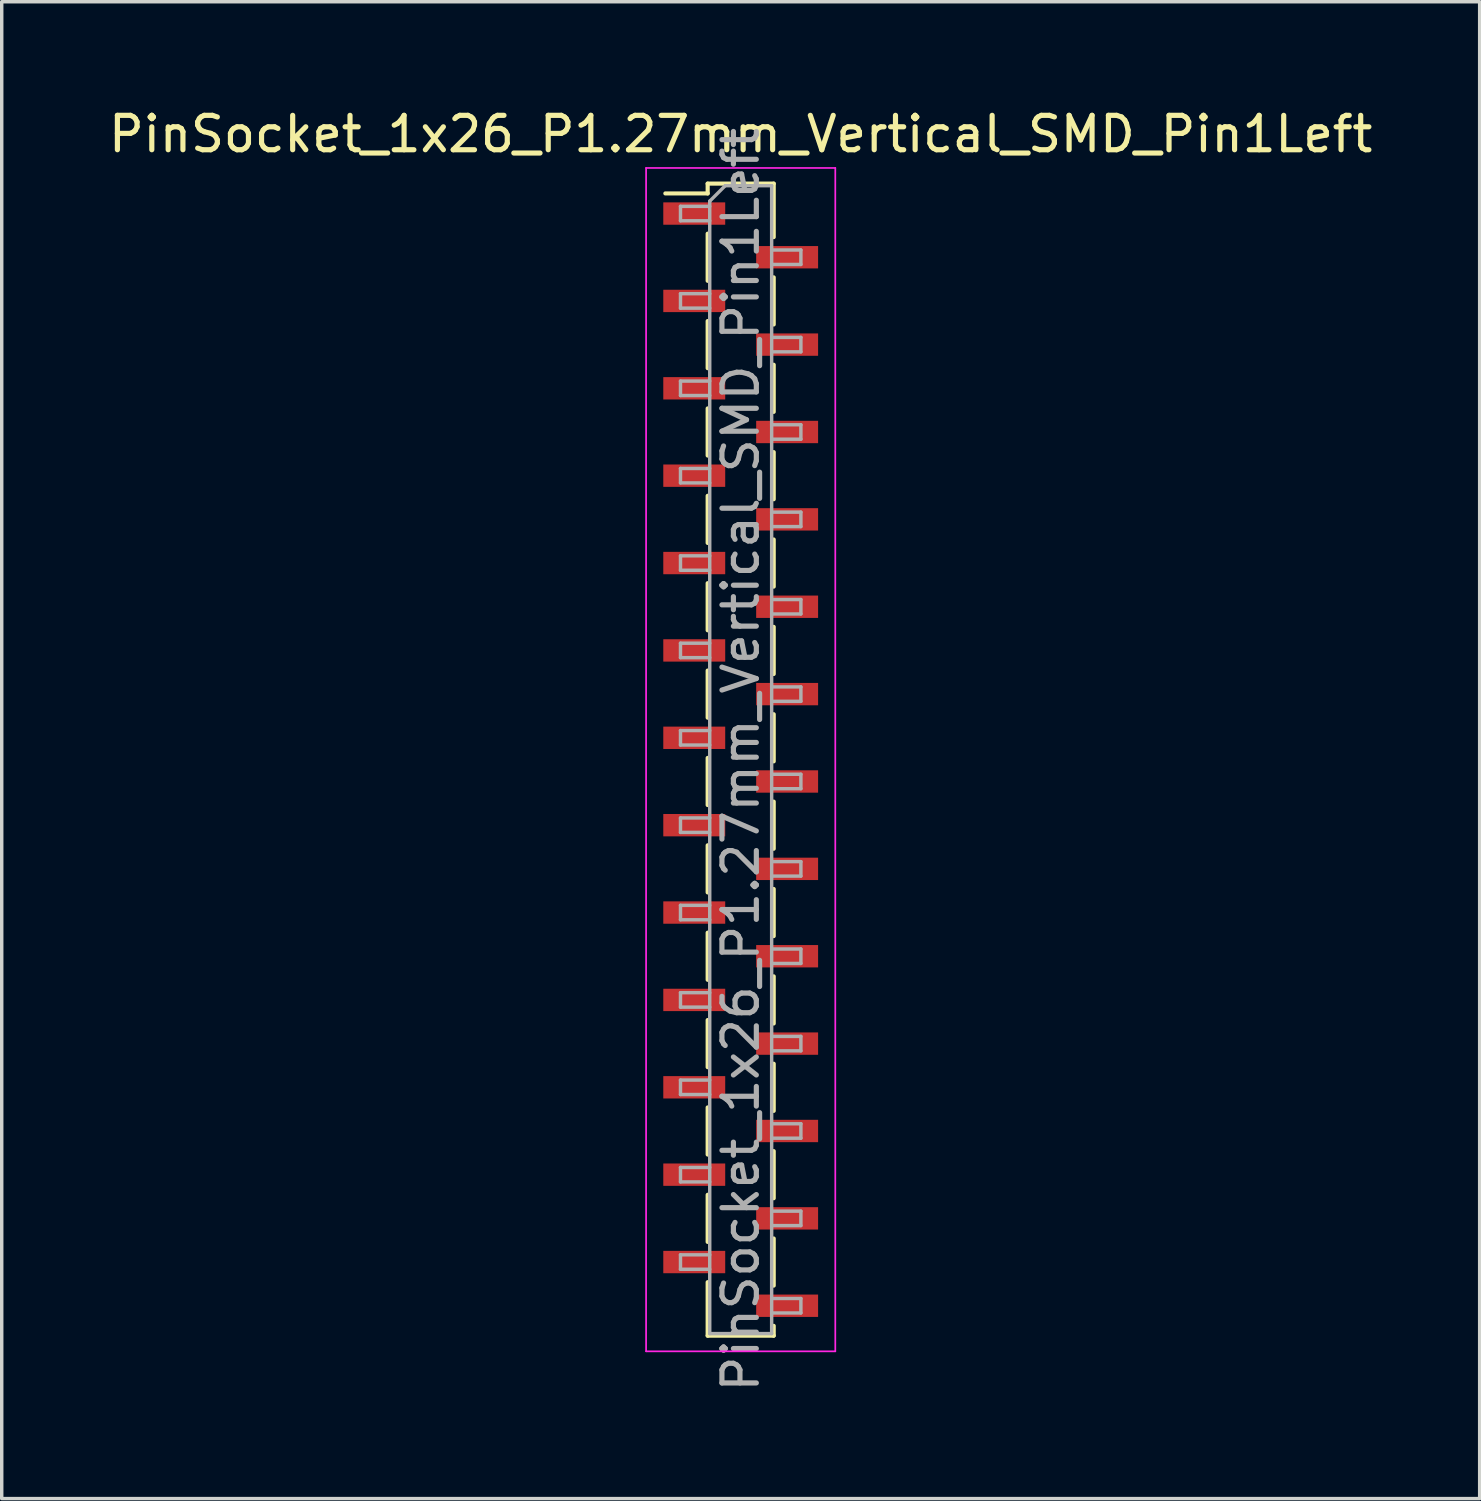
<source format=kicad_pcb>
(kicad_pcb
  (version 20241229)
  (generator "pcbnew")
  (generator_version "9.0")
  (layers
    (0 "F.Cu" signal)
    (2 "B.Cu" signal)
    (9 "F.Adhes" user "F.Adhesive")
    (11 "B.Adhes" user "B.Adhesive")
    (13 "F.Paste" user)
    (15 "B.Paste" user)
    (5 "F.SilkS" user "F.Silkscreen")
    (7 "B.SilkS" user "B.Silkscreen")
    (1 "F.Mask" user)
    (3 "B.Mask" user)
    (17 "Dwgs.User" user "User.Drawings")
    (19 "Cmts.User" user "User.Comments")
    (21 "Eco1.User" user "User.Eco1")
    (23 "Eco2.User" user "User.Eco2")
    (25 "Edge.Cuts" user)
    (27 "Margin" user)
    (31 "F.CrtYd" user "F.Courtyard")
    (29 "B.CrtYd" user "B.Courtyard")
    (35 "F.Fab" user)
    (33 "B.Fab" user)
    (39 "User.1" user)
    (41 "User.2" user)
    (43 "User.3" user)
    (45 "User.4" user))
  (footprint "PinSocket_1x26_P1.27mm_Vertical_SMD_Pin1Left"
    (layer "F.Cu")
    (at 18.482 19.033)
    (property "Reference" "PinSocket_1x26_P1.27mm_Vertical_SMD_Pin1Left" (at 0 -18.185 0) (layer "F.SilkS") (effects (font (size 1 1) (thickness 0.15))))
    (attr smd)
    (fp_line (start -2.19 -16.46) (end -0.96 -16.46) (stroke (width 0.12) (type solid)) (layer "F.SilkS"))
    (fp_line (start -0.96 -16.745) (end -0.96 -16.46) (stroke (width 0.12) (type solid)) (layer "F.SilkS"))
    (fp_line (start -0.96 -16.745) (end 0.96 -16.745) (stroke (width 0.12) (type solid)) (layer "F.SilkS"))
    (fp_line (start -0.96 -15.29) (end -0.96 -13.92) (stroke (width 0.12) (type solid)) (layer "F.SilkS"))
    (fp_line (start -0.96 -12.75) (end -0.96 -11.38) (stroke (width 0.12) (type solid)) (layer "F.SilkS"))
    (fp_line (start -0.96 -10.21) (end -0.96 -8.84) (stroke (width 0.12) (type solid)) (layer "F.SilkS"))
    (fp_line (start -0.96 -7.67) (end -0.96 -6.3) (stroke (width 0.12) (type solid)) (layer "F.SilkS"))
    (fp_line (start -0.96 -5.13) (end -0.96 -3.76) (stroke (width 0.12) (type solid)) (layer "F.SilkS"))
    (fp_line (start -0.96 -2.59) (end -0.96 -1.22) (stroke (width 0.12) (type solid)) (layer "F.SilkS"))
    (fp_line (start -0.96 -0.05) (end -0.96 1.32) (stroke (width 0.12) (type solid)) (layer "F.SilkS"))
    (fp_line (start -0.96 2.49) (end -0.96 3.86) (stroke (width 0.12) (type solid)) (layer "F.SilkS"))
    (fp_line (start -0.96 5.03) (end -0.96 6.4) (stroke (width 0.12) (type solid)) (layer "F.SilkS"))
    (fp_line (start -0.96 7.57) (end -0.96 8.94) (stroke (width 0.12) (type solid)) (layer "F.SilkS"))
    (fp_line (start -0.96 10.11) (end -0.96 11.48) (stroke (width 0.12) (type solid)) (layer "F.SilkS"))
    (fp_line (start -0.96 12.65) (end -0.96 14.02) (stroke (width 0.12) (type solid)) (layer "F.SilkS"))
    (fp_line (start -0.96 15.19) (end -0.96 16.745) (stroke (width 0.12) (type solid)) (layer "F.SilkS"))
    (fp_line (start -0.96 16.745) (end 0.96 16.745) (stroke (width 0.12) (type solid)) (layer "F.SilkS"))
    (fp_line (start 0.96 -16.745) (end 0.96 -15.19) (stroke (width 0.12) (type solid)) (layer "F.SilkS"))
    (fp_line (start 0.96 -14.02) (end 0.96 -12.65) (stroke (width 0.12) (type solid)) (layer "F.SilkS"))
    (fp_line (start 0.96 -11.48) (end 0.96 -10.11) (stroke (width 0.12) (type solid)) (layer "F.SilkS"))
    (fp_line (start 0.96 -8.94) (end 0.96 -7.57) (stroke (width 0.12) (type solid)) (layer "F.SilkS"))
    (fp_line (start 0.96 -6.4) (end 0.96 -5.03) (stroke (width 0.12) (type solid)) (layer "F.SilkS"))
    (fp_line (start 0.96 -3.86) (end 0.96 -2.49) (stroke (width 0.12) (type solid)) (layer "F.SilkS"))
    (fp_line (start 0.96 -1.32) (end 0.96 0.05) (stroke (width 0.12) (type solid)) (layer "F.SilkS"))
    (fp_line (start 0.96 1.22) (end 0.96 2.59) (stroke (width 0.12) (type solid)) (layer "F.SilkS"))
    (fp_line (start 0.96 3.76) (end 0.96 5.13) (stroke (width 0.12) (type solid)) (layer "F.SilkS"))
    (fp_line (start 0.96 6.3) (end 0.96 7.67) (stroke (width 0.12) (type solid)) (layer "F.SilkS"))
    (fp_line (start 0.96 8.84) (end 0.96 10.21) (stroke (width 0.12) (type solid)) (layer "F.SilkS"))
    (fp_line (start 0.96 11.38) (end 0.96 12.75) (stroke (width 0.12) (type solid)) (layer "F.SilkS"))
    (fp_line (start 0.96 13.92) (end 0.96 15.29) (stroke (width 0.12) (type solid)) (layer "F.SilkS"))
    (fp_line (start 0.96 16.46) (end 0.96 16.745) (stroke (width 0.12) (type solid)) (layer "F.SilkS"))
    (fp_line (start -2.75 -17.2) (end 2.75 -17.2) (stroke (width 0.05) (type solid)) (layer "F.CrtYd"))
    (fp_line (start -2.75 17.2) (end -2.75 -17.2) (stroke (width 0.05) (type solid)) (layer "F.CrtYd"))
    (fp_line (start 2.75 -17.2) (end 2.75 17.2) (stroke (width 0.05) (type solid)) (layer "F.CrtYd"))
    (fp_line (start 2.75 17.2) (end -2.75 17.2) (stroke (width 0.05) (type solid)) (layer "F.CrtYd"))
    (fp_line (start -1.75 -16.085) (end -0.9 -16.085) (stroke (width 0.1) (type solid)) (layer "F.Fab"))
    (fp_line (start -1.75 -15.665) (end -1.75 -16.085) (stroke (width 0.1) (type solid)) (layer "F.Fab"))
    (fp_line (start -1.75 -13.545) (end -0.9 -13.545) (stroke (width 0.1) (type solid)) (layer "F.Fab"))
    (fp_line (start -1.75 -13.125) (end -1.75 -13.545) (stroke (width 0.1) (type solid)) (layer "F.Fab"))
    (fp_line (start -1.75 -11.005) (end -0.9 -11.005) (stroke (width 0.1) (type solid)) (layer "F.Fab"))
    (fp_line (start -1.75 -10.585) (end -1.75 -11.005) (stroke (width 0.1) (type solid)) (layer "F.Fab"))
    (fp_line (start -1.75 -8.465) (end -0.9 -8.465) (stroke (width 0.1) (type solid)) (layer "F.Fab"))
    (fp_line (start -1.75 -8.045) (end -1.75 -8.465) (stroke (width 0.1) (type solid)) (layer "F.Fab"))
    (fp_line (start -1.75 -5.925) (end -0.9 -5.925) (stroke (width 0.1) (type solid)) (layer "F.Fab"))
    (fp_line (start -1.75 -5.505) (end -1.75 -5.925) (stroke (width 0.1) (type solid)) (layer "F.Fab"))
    (fp_line (start -1.75 -3.385) (end -0.9 -3.385) (stroke (width 0.1) (type solid)) (layer "F.Fab"))
    (fp_line (start -1.75 -2.965) (end -1.75 -3.385) (stroke (width 0.1) (type solid)) (layer "F.Fab"))
    (fp_line (start -1.75 -0.845) (end -0.9 -0.845) (stroke (width 0.1) (type solid)) (layer "F.Fab"))
    (fp_line (start -1.75 -0.425) (end -1.75 -0.845) (stroke (width 0.1) (type solid)) (layer "F.Fab"))
    (fp_line (start -1.75 1.695) (end -0.9 1.695) (stroke (width 0.1) (type solid)) (layer "F.Fab"))
    (fp_line (start -1.75 2.115) (end -1.75 1.695) (stroke (width 0.1) (type solid)) (layer "F.Fab"))
    (fp_line (start -1.75 4.235) (end -0.9 4.235) (stroke (width 0.1) (type solid)) (layer "F.Fab"))
    (fp_line (start -1.75 4.655) (end -1.75 4.235) (stroke (width 0.1) (type solid)) (layer "F.Fab"))
    (fp_line (start -1.75 6.775) (end -0.9 6.775) (stroke (width 0.1) (type solid)) (layer "F.Fab"))
    (fp_line (start -1.75 7.195) (end -1.75 6.775) (stroke (width 0.1) (type solid)) (layer "F.Fab"))
    (fp_line (start -1.75 9.315) (end -0.9 9.315) (stroke (width 0.1) (type solid)) (layer "F.Fab"))
    (fp_line (start -1.75 9.735) (end -1.75 9.315) (stroke (width 0.1) (type solid)) (layer "F.Fab"))
    (fp_line (start -1.75 11.855) (end -0.9 11.855) (stroke (width 0.1) (type solid)) (layer "F.Fab"))
    (fp_line (start -1.75 12.275) (end -1.75 11.855) (stroke (width 0.1) (type solid)) (layer "F.Fab"))
    (fp_line (start -1.75 14.395) (end -0.9 14.395) (stroke (width 0.1) (type solid)) (layer "F.Fab"))
    (fp_line (start -1.75 14.815) (end -1.75 14.395) (stroke (width 0.1) (type solid)) (layer "F.Fab"))
    (fp_line (start -0.9 -16.235) (end -0.45 -16.685) (stroke (width 0.1) (type solid)) (layer "F.Fab"))
    (fp_line (start -0.9 -15.665) (end -1.75 -15.665) (stroke (width 0.1) (type solid)) (layer "F.Fab"))
    (fp_line (start -0.9 -13.125) (end -1.75 -13.125) (stroke (width 0.1) (type solid)) (layer "F.Fab"))
    (fp_line (start -0.9 -10.585) (end -1.75 -10.585) (stroke (width 0.1) (type solid)) (layer "F.Fab"))
    (fp_line (start -0.9 -8.045) (end -1.75 -8.045) (stroke (width 0.1) (type solid)) (layer "F.Fab"))
    (fp_line (start -0.9 -5.505) (end -1.75 -5.505) (stroke (width 0.1) (type solid)) (layer "F.Fab"))
    (fp_line (start -0.9 -2.965) (end -1.75 -2.965) (stroke (width 0.1) (type solid)) (layer "F.Fab"))
    (fp_line (start -0.9 -0.425) (end -1.75 -0.425) (stroke (width 0.1) (type solid)) (layer "F.Fab"))
    (fp_line (start -0.9 2.115) (end -1.75 2.115) (stroke (width 0.1) (type solid)) (layer "F.Fab"))
    (fp_line (start -0.9 4.655) (end -1.75 4.655) (stroke (width 0.1) (type solid)) (layer "F.Fab"))
    (fp_line (start -0.9 7.195) (end -1.75 7.195) (stroke (width 0.1) (type solid)) (layer "F.Fab"))
    (fp_line (start -0.9 9.735) (end -1.75 9.735) (stroke (width 0.1) (type solid)) (layer "F.Fab"))
    (fp_line (start -0.9 12.275) (end -1.75 12.275) (stroke (width 0.1) (type solid)) (layer "F.Fab"))
    (fp_line (start -0.9 14.815) (end -1.75 14.815) (stroke (width 0.1) (type solid)) (layer "F.Fab"))
    (fp_line (start -0.9 16.685) (end -0.9 -16.235) (stroke (width 0.1) (type solid)) (layer "F.Fab"))
    (fp_line (start -0.45 -16.685) (end 0.9 -16.685) (stroke (width 0.1) (type solid)) (layer "F.Fab"))
    (fp_line (start 0.9 -16.685) (end 0.9 16.685) (stroke (width 0.1) (type solid)) (layer "F.Fab"))
    (fp_line (start 0.9 -14.815) (end 1.75 -14.815) (stroke (width 0.1) (type solid)) (layer "F.Fab"))
    (fp_line (start 0.9 -12.275) (end 1.75 -12.275) (stroke (width 0.1) (type solid)) (layer "F.Fab"))
    (fp_line (start 0.9 -9.735) (end 1.75 -9.735) (stroke (width 0.1) (type solid)) (layer "F.Fab"))
    (fp_line (start 0.9 -7.195) (end 1.75 -7.195) (stroke (width 0.1) (type solid)) (layer "F.Fab"))
    (fp_line (start 0.9 -4.655) (end 1.75 -4.655) (stroke (width 0.1) (type solid)) (layer "F.Fab"))
    (fp_line (start 0.9 -2.115) (end 1.75 -2.115) (stroke (width 0.1) (type solid)) (layer "F.Fab"))
    (fp_line (start 0.9 0.425) (end 1.75 0.425) (stroke (width 0.1) (type solid)) (layer "F.Fab"))
    (fp_line (start 0.9 2.965) (end 1.75 2.965) (stroke (width 0.1) (type solid)) (layer "F.Fab"))
    (fp_line (start 0.9 5.505) (end 1.75 5.505) (stroke (width 0.1) (type solid)) (layer "F.Fab"))
    (fp_line (start 0.9 8.045) (end 1.75 8.045) (stroke (width 0.1) (type solid)) (layer "F.Fab"))
    (fp_line (start 0.9 10.585) (end 1.75 10.585) (stroke (width 0.1) (type solid)) (layer "F.Fab"))
    (fp_line (start 0.9 13.125) (end 1.75 13.125) (stroke (width 0.1) (type solid)) (layer "F.Fab"))
    (fp_line (start 0.9 15.665) (end 1.75 15.665) (stroke (width 0.1) (type solid)) (layer "F.Fab"))
    (fp_line (start 0.9 16.685) (end -0.9 16.685) (stroke (width 0.1) (type solid)) (layer "F.Fab"))
    (fp_line (start 1.75 -14.815) (end 1.75 -14.395) (stroke (width 0.1) (type solid)) (layer "F.Fab"))
    (fp_line (start 1.75 -14.395) (end 0.9 -14.395) (stroke (width 0.1) (type solid)) (layer "F.Fab"))
    (fp_line (start 1.75 -12.275) (end 1.75 -11.855) (stroke (width 0.1) (type solid)) (layer "F.Fab"))
    (fp_line (start 1.75 -11.855) (end 0.9 -11.855) (stroke (width 0.1) (type solid)) (layer "F.Fab"))
    (fp_line (start 1.75 -9.735) (end 1.75 -9.315) (stroke (width 0.1) (type solid)) (layer "F.Fab"))
    (fp_line (start 1.75 -9.315) (end 0.9 -9.315) (stroke (width 0.1) (type solid)) (layer "F.Fab"))
    (fp_line (start 1.75 -7.195) (end 1.75 -6.775) (stroke (width 0.1) (type solid)) (layer "F.Fab"))
    (fp_line (start 1.75 -6.775) (end 0.9 -6.775) (stroke (width 0.1) (type solid)) (layer "F.Fab"))
    (fp_line (start 1.75 -4.655) (end 1.75 -4.235) (stroke (width 0.1) (type solid)) (layer "F.Fab"))
    (fp_line (start 1.75 -4.235) (end 0.9 -4.235) (stroke (width 0.1) (type solid)) (layer "F.Fab"))
    (fp_line (start 1.75 -2.115) (end 1.75 -1.695) (stroke (width 0.1) (type solid)) (layer "F.Fab"))
    (fp_line (start 1.75 -1.695) (end 0.9 -1.695) (stroke (width 0.1) (type solid)) (layer "F.Fab"))
    (fp_line (start 1.75 0.425) (end 1.75 0.845) (stroke (width 0.1) (type solid)) (layer "F.Fab"))
    (fp_line (start 1.75 0.845) (end 0.9 0.845) (stroke (width 0.1) (type solid)) (layer "F.Fab"))
    (fp_line (start 1.75 2.965) (end 1.75 3.385) (stroke (width 0.1) (type solid)) (layer "F.Fab"))
    (fp_line (start 1.75 3.385) (end 0.9 3.385) (stroke (width 0.1) (type solid)) (layer "F.Fab"))
    (fp_line (start 1.75 5.505) (end 1.75 5.925) (stroke (width 0.1) (type solid)) (layer "F.Fab"))
    (fp_line (start 1.75 5.925) (end 0.9 5.925) (stroke (width 0.1) (type solid)) (layer "F.Fab"))
    (fp_line (start 1.75 8.045) (end 1.75 8.465) (stroke (width 0.1) (type solid)) (layer "F.Fab"))
    (fp_line (start 1.75 8.465) (end 0.9 8.465) (stroke (width 0.1) (type solid)) (layer "F.Fab"))
    (fp_line (start 1.75 10.585) (end 1.75 11.005) (stroke (width 0.1) (type solid)) (layer "F.Fab"))
    (fp_line (start 1.75 11.005) (end 0.9 11.005) (stroke (width 0.1) (type solid)) (layer "F.Fab"))
    (fp_line (start 1.75 13.125) (end 1.75 13.545) (stroke (width 0.1) (type solid)) (layer "F.Fab"))
    (fp_line (start 1.75 13.545) (end 0.9 13.545) (stroke (width 0.1) (type solid)) (layer "F.Fab"))
    (fp_line (start 1.75 15.665) (end 1.75 16.085) (stroke (width 0.1) (type solid)) (layer "F.Fab"))
    (fp_line (start 1.75 16.085) (end 0.9 16.085) (stroke (width 0.1) (type solid)) (layer "F.Fab"))
    (fp_text user "${REFERENCE}" (at 0 0 90) (layer "F.Fab") (effects (font (size 1 1) (thickness 0.15))))
    (pad "1" smd rect (at -1.35 -15.875) (size 1.8 0.65) (layers "F.Cu" "F.Mask" "F.Paste"))
    (pad "2" smd rect (at 1.35 -14.605) (size 1.8 0.65) (layers "F.Cu" "F.Mask" "F.Paste"))
    (pad "3" smd rect (at -1.35 -13.335) (size 1.8 0.65) (layers "F.Cu" "F.Mask" "F.Paste"))
    (pad "4" smd rect (at 1.35 -12.065) (size 1.8 0.65) (layers "F.Cu" "F.Mask" "F.Paste"))
    (pad "5" smd rect (at -1.35 -10.795) (size 1.8 0.65) (layers "F.Cu" "F.Mask" "F.Paste"))
    (pad "6" smd rect (at 1.35 -9.525) (size 1.8 0.65) (layers "F.Cu" "F.Mask" "F.Paste"))
    (pad "7" smd rect (at -1.35 -8.255) (size 1.8 0.65) (layers "F.Cu" "F.Mask" "F.Paste"))
    (pad "8" smd rect (at 1.35 -6.985) (size 1.8 0.65) (layers "F.Cu" "F.Mask" "F.Paste"))
    (pad "9" smd rect (at -1.35 -5.715) (size 1.8 0.65) (layers "F.Cu" "F.Mask" "F.Paste"))
    (pad "10" smd rect (at 1.35 -4.445) (size 1.8 0.65) (layers "F.Cu" "F.Mask" "F.Paste"))
    (pad "11" smd rect (at -1.35 -3.175) (size 1.8 0.65) (layers "F.Cu" "F.Mask" "F.Paste"))
    (pad "12" smd rect (at 1.35 -1.905) (size 1.8 0.65) (layers "F.Cu" "F.Mask" "F.Paste"))
    (pad "13" smd rect (at -1.35 -0.635) (size 1.8 0.65) (layers "F.Cu" "F.Mask" "F.Paste"))
    (pad "14" smd rect (at 1.35 0.635) (size 1.8 0.65) (layers "F.Cu" "F.Mask" "F.Paste"))
    (pad "15" smd rect (at -1.35 1.905) (size 1.8 0.65) (layers "F.Cu" "F.Mask" "F.Paste"))
    (pad "16" smd rect (at 1.35 3.175) (size 1.8 0.65) (layers "F.Cu" "F.Mask" "F.Paste"))
    (pad "17" smd rect (at -1.35 4.445) (size 1.8 0.65) (layers "F.Cu" "F.Mask" "F.Paste"))
    (pad "18" smd rect (at 1.35 5.715) (size 1.8 0.65) (layers "F.Cu" "F.Mask" "F.Paste"))
    (pad "19" smd rect (at -1.35 6.985) (size 1.8 0.65) (layers "F.Cu" "F.Mask" "F.Paste"))
    (pad "20" smd rect (at 1.35 8.255) (size 1.8 0.65) (layers "F.Cu" "F.Mask" "F.Paste"))
    (pad "21" smd rect (at -1.35 9.525) (size 1.8 0.65) (layers "F.Cu" "F.Mask" "F.Paste"))
    (pad "22" smd rect (at 1.35 10.795) (size 1.8 0.65) (layers "F.Cu" "F.Mask" "F.Paste"))
    (pad "23" smd rect (at -1.35 12.065) (size 1.8 0.65) (layers "F.Cu" "F.Mask" "F.Paste"))
    (pad "24" smd rect (at 1.35 13.335) (size 1.8 0.65) (layers "F.Cu" "F.Mask" "F.Paste"))
    (pad "25" smd rect (at -1.35 14.605) (size 1.8 0.65) (layers "F.Cu" "F.Mask" "F.Paste"))
    (pad "26" smd rect (at 1.35 15.875) (size 1.8 0.65) (layers "F.Cu" "F.Mask" "F.Paste")))
  (gr_rect
    (start -3 -3)
    (end 39.964 40.515)
    (stroke (width 0.1) (type default))
    (fill no)
    (layer "Edge.Cuts")))
</source>
